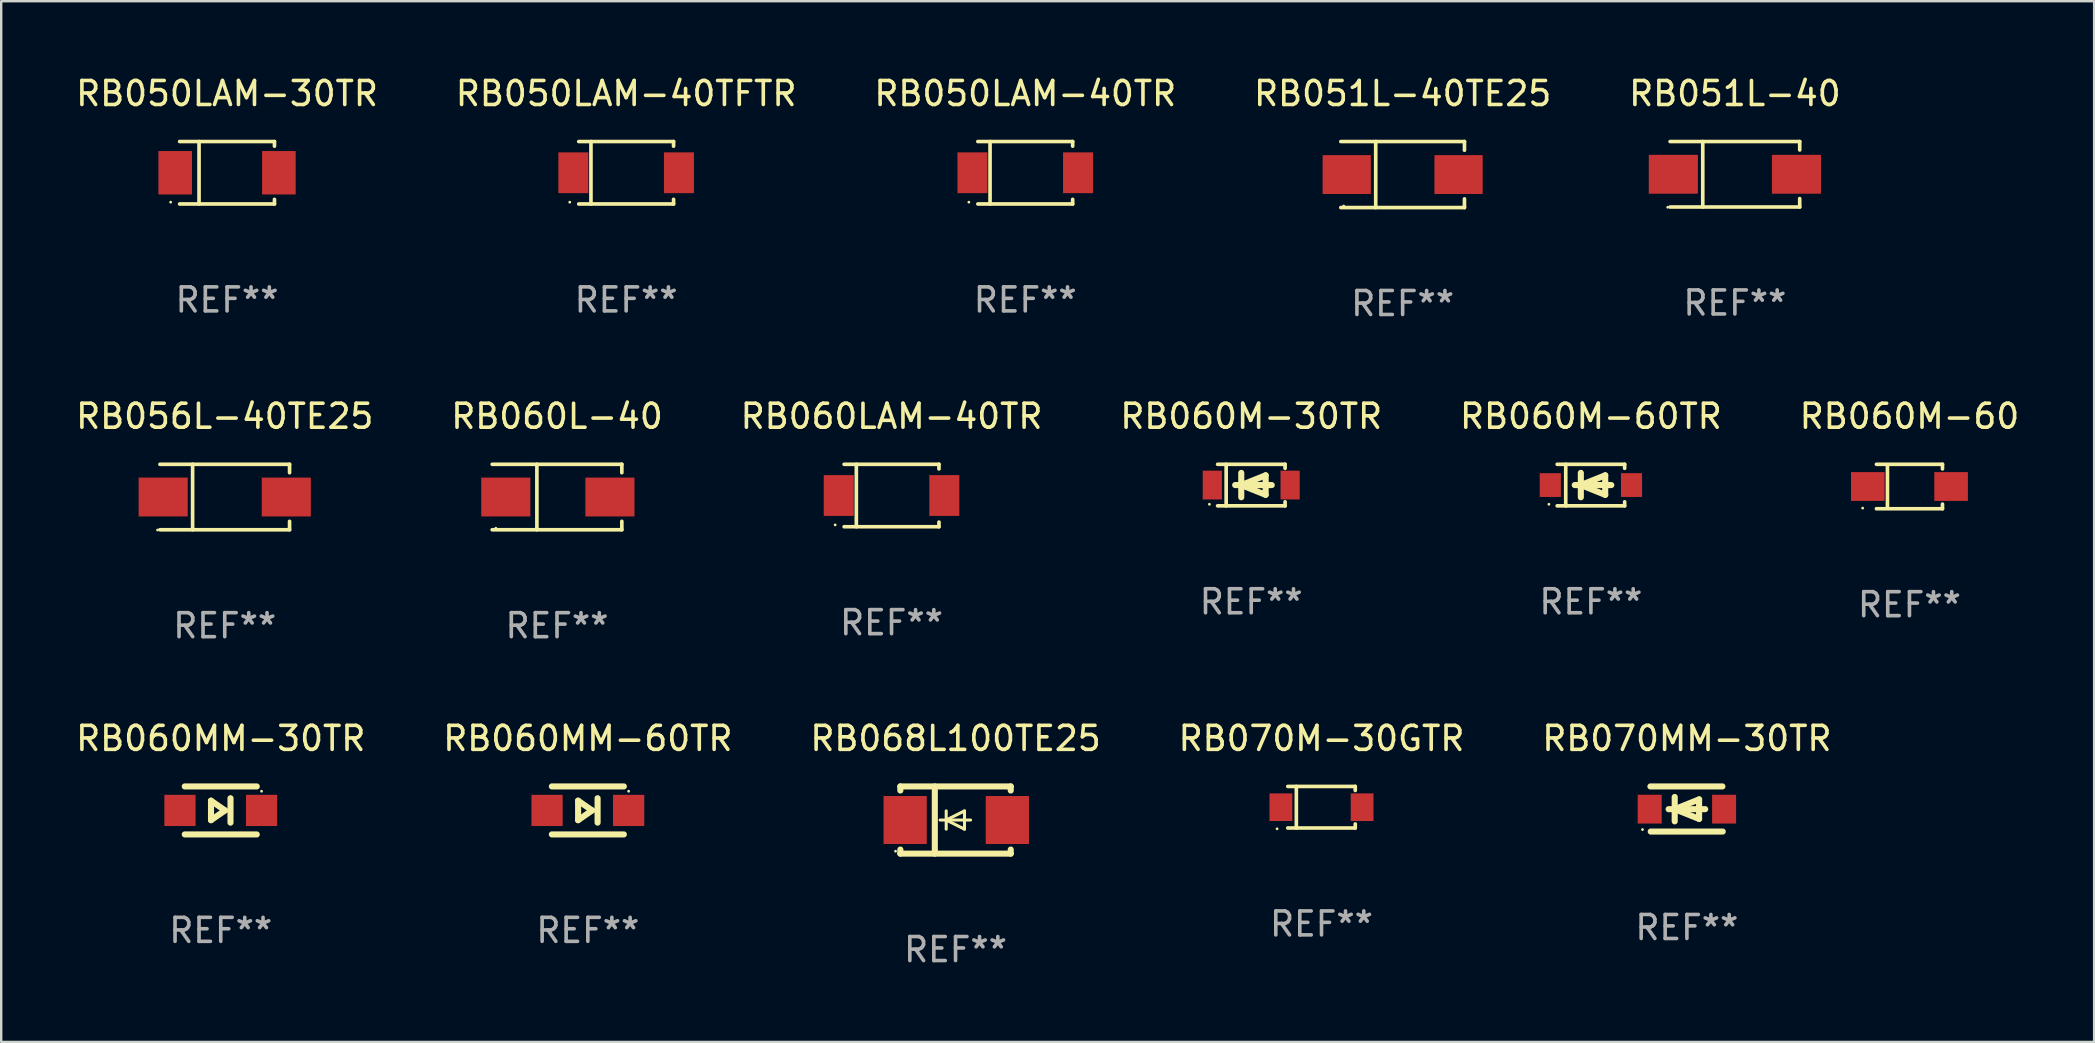
<source format=kicad_pcb>
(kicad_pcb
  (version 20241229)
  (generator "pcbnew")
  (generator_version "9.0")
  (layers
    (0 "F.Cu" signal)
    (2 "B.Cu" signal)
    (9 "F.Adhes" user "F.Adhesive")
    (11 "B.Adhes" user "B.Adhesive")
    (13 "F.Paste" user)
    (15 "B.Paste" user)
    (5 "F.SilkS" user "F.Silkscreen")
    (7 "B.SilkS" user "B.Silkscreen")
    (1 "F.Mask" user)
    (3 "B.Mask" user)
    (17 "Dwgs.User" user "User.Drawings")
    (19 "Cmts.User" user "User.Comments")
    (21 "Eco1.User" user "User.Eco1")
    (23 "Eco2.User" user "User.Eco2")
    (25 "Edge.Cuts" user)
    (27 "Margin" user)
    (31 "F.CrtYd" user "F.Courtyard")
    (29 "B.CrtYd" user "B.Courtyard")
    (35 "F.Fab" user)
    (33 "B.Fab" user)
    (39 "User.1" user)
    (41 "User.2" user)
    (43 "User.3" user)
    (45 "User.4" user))
  (footprint "RB050LAM-30TR"
    (layer "F.Cu")
    (at 6.411 4.149)
    (property "Reference" "RB050LAM-30TR" (at 0 -3.301 0) (layer "F.SilkS") (effects (font (size 1 1) (thickness 0.15))))
    (attr through_hole)
    (fp_line (start -1.976 -1.301) (end 1.976 -1.301) (stroke (width 0.152) (type solid)) (layer "F.SilkS"))
    (fp_line (start -1.976 1.301) (end 1.976 1.301) (stroke (width 0.152) (type solid)) (layer "F.SilkS"))
    (fp_line (start -1.167 -1.301) (end -1.167 1.301) (stroke (width 0.152) (type solid)) (layer "F.SilkS"))
    (fp_line (start 1.976 -1.301) (end 1.976 -1.108) (stroke (width 0.152) (type solid)) (layer "F.SilkS"))
    (fp_line (start 1.976 1.301) (end 1.976 1.108) (stroke (width 0.152) (type solid)) (layer "F.SilkS"))
    (fp_circle (center -2.35 1.225) (end -2.32 1.225) (stroke (width 0.06) (type solid)) (fill no) (layer "F.SilkS"))
    (fp_text user "REF**" (at 0 5.301 0) (layer "F.Fab") (effects (font (size 1 1) (thickness 0.15))))
    (pad "1" smd rect (at -2.16 0.000127 180) (size 1.4 1.81) (layers "F.Cu" "F.Mask" "F.Paste"))
    (pad "2" smd rect (at 2.16 0.000127 180) (size 1.4 1.81) (layers "F.Cu" "F.Mask" "F.Paste")))
  (footprint "RB050LAM-40TFTR"
    (layer "F.Cu")
    (at 23.042 4.149)
    (property "Reference" "RB050LAM-40TFTR" (at 0 -3.301 0) (layer "F.SilkS") (effects (font (size 1 1) (thickness 0.15))))
    (attr through_hole)
    (fp_line (start -1.976 -1.301) (end 1.976 -1.301) (stroke (width 0.152) (type solid)) (layer "F.SilkS"))
    (fp_line (start -1.976 1.301) (end 1.976 1.301) (stroke (width 0.152) (type solid)) (layer "F.SilkS"))
    (fp_line (start -1.467 -1.301) (end -1.467 1.301) (stroke (width 0.152) (type solid)) (layer "F.SilkS"))
    (fp_line (start 1.976 -1.301) (end 1.976 -1.108) (stroke (width 0.152) (type solid)) (layer "F.SilkS"))
    (fp_line (start 1.976 1.301) (end 1.976 1.108) (stroke (width 0.152) (type solid)) (layer "F.SilkS"))
    (fp_circle (center -2.35 1.225) (end -2.32 1.225) (stroke (width 0.06) (type solid)) (fill no) (layer "F.SilkS"))
    (fp_text user "REF**" (at 0 5.301 0) (layer "F.Fab") (effects (font (size 1 1) (thickness 0.15))))
    (pad "1" smd rect (at -2.2 0 180) (size 1.25 1.7) (layers "F.Cu" "F.Mask" "F.Paste"))
    (pad "2" smd rect (at 2.2 0 180) (size 1.25 1.7) (layers "F.Cu" "F.Mask" "F.Paste")))
  (footprint "RB060M-60"
    (layer "F.Cu")
    (at 76.518 17.223)
    (property "Reference" "RB060M-60" (at 0 -2.926 0) (layer "F.SilkS") (effects (font (size 1 1) (thickness 0.15))))
    (attr through_hole)
    (fp_line (start -1.376 -0.926) (end 1.376 -0.926) (stroke (width 0.152) (type solid)) (layer "F.SilkS"))
    (fp_line (start -1.376 0.926) (end 1.376 0.926) (stroke (width 0.152) (type solid)) (layer "F.SilkS"))
    (fp_line (start -0.917 -0.876) (end -0.917 0.876) (stroke (width 0.152) (type solid)) (layer "F.SilkS"))
    (fp_line (start 1.376 -0.926) (end 1.376 -0.733) (stroke (width 0.152) (type solid)) (layer "F.SilkS"))
    (fp_line (start 1.376 0.926) (end 1.376 0.733) (stroke (width 0.152) (type solid)) (layer "F.SilkS"))
    (fp_circle (center -1.95 0.9) (end -1.92 0.9) (stroke (width 0.06) (type solid)) (fill no) (layer "F.SilkS"))
    (fp_text user "REF**" (at 0 4.926 0) (layer "F.Fab") (effects (font (size 1 1) (thickness 0.15))))
    (pad "1" smd rect (at -1.735 0) (size 1.4 1.2) (layers "F.Cu" "F.Mask" "F.Paste"))
    (pad "2" smd rect (at 1.735 0) (size 1.4 1.2) (layers "F.Cu" "F.Mask" "F.Paste")))
  (footprint "RB050LAM-40TR"
    (layer "F.Cu")
    (at 39.673 4.149)
    (property "Reference" "RB050LAM-40TR" (at 0 -3.301 0) (layer "F.SilkS") (effects (font (size 1 1) (thickness 0.15))))
    (attr through_hole)
    (fp_line (start -1.976 -1.301) (end 1.976 -1.301) (stroke (width 0.152) (type solid)) (layer "F.SilkS"))
    (fp_line (start -1.976 1.301) (end 1.976 1.301) (stroke (width 0.152) (type solid)) (layer "F.SilkS"))
    (fp_line (start -1.467 -1.301) (end -1.467 1.301) (stroke (width 0.152) (type solid)) (layer "F.SilkS"))
    (fp_line (start 1.976 -1.301) (end 1.976 -1.108) (stroke (width 0.152) (type solid)) (layer "F.SilkS"))
    (fp_line (start 1.976 1.301) (end 1.976 1.108) (stroke (width 0.152) (type solid)) (layer "F.SilkS"))
    (fp_circle (center -2.35 1.225) (end -2.32 1.225) (stroke (width 0.06) (type solid)) (fill no) (layer "F.SilkS"))
    (fp_text user "REF**" (at 0 5.301 0) (layer "F.Fab") (effects (font (size 1 1) (thickness 0.15))))
    (pad "1" smd rect (at -2.2 0 180) (size 1.25 1.7) (layers "F.Cu" "F.Mask" "F.Paste"))
    (pad "2" smd rect (at 2.2 0 180) (size 1.25 1.7) (layers "F.Cu" "F.Mask" "F.Paste")))
  (footprint "RB068L100TE25"
    (layer "F.Cu")
    (at 36.768 31.121)
    (property "Reference" "RB068L100TE25" (at 0 -3.4 0) (layer "F.SilkS") (effects (font (size 1 1) (thickness 0.15))))
    (attr through_hole)
    (fp_line (start -2.3 -1.4) (end -2.3 -1.231) (stroke (width 0.254) (type solid)) (layer "F.SilkS"))
    (fp_line (start -2.3 -1.4) (end 2.3 -1.4) (stroke (width 0.254) (type solid)) (layer "F.SilkS"))
    (fp_line (start -2.3 1.231) (end -2.3 1.4) (stroke (width 0.254) (type solid)) (layer "F.SilkS"))
    (fp_line (start -2.3 1.4) (end 2.3 1.4) (stroke (width 0.254) (type solid)) (layer "F.SilkS"))
    (fp_line (start -0.864 1.4) (end -0.864 -1.4) (stroke (width 0.254) (type solid)) (layer "F.SilkS"))
    (fp_line (start -0.389 0) (end -0.389 -0.381) (stroke (width 0.127) (type solid)) (layer "F.SilkS"))
    (fp_line (start -0.389 0) (end -0.389 0.381) (stroke (width 0.127) (type solid)) (layer "F.SilkS"))
    (fp_line (start 0.373 -0.381) (end -0.389 0) (stroke (width 0.127) (type solid)) (layer "F.SilkS"))
    (fp_line (start 0.373 0) (end 0.373 -0.381) (stroke (width 0.127) (type solid)) (layer "F.SilkS"))
    (fp_line (start 0.373 0) (end 0.373 0.381) (stroke (width 0.127) (type solid)) (layer "F.SilkS"))
    (fp_line (start 0.373 0.381) (end -0.389 0) (stroke (width 0.127) (type solid)) (layer "F.SilkS"))
    (fp_line (start 0.627 0) (end -0.643 0) (stroke (width 0.127) (type solid)) (layer "F.SilkS"))
    (fp_line (start 2.3 -1.4) (end 2.3 -1.231) (stroke (width 0.254) (type solid)) (layer "F.SilkS"))
    (fp_line (start 2.3 1.231) (end 2.3 1.4) (stroke (width 0.254) (type solid)) (layer "F.SilkS"))
    (fp_circle (center -2.5 1.3) (end -2.47 1.3) (stroke (width 0.06) (type solid)) (fill no) (layer "F.SilkS"))
    (fp_text user "REF**" (at 0 5.4 0) (layer "F.Fab") (effects (font (size 1 1) (thickness 0.15))))
    (pad "1" smd rect (at -2.1 0 180) (size 1.8 2) (layers "F.Cu" "F.Mask" "F.Paste"))
    (pad "2" smd rect (at 2.159 0 180) (size 1.8 2) (layers "F.Cu" "F.Mask" "F.Paste")))
  (footprint "RB070MM-30TR"
    (layer "F.Cu")
    (at 67.244 30.661)
    (property "Reference" "RB070MM-30TR" (at 0 -2.94 0) (layer "F.SilkS") (effects (font (size 1 1) (thickness 0.15))))
    (attr through_hole)
    (fp_line (start -1.52 -0.94) (end 1.48 -0.94) (stroke (width 0.254) (type solid)) (layer "F.SilkS"))
    (fp_line (start -1.507 0.94) (end 1.493 0.94) (stroke (width 0.254) (type solid)) (layer "F.SilkS"))
    (fp_line (start -0.762 0.007) (end 0.762 0.007) (stroke (width 0.254) (type solid)) (layer "F.SilkS"))
    (fp_line (start -0.508 -0.501) (end -0.508 0.515) (stroke (width 0.254) (type solid)) (layer "F.SilkS"))
    (fp_line (start -0.508 0.007) (end 0.508 -0.4) (stroke (width 0.254) (type solid)) (layer "F.SilkS"))
    (fp_line (start 0.508 -0.4) (end 0.508 0.413) (stroke (width 0.254) (type solid)) (layer "F.SilkS"))
    (fp_line (start 0.508 0.413) (end -0.508 0.007) (stroke (width 0.254) (type solid)) (layer "F.SilkS"))
    (fp_circle (center -1.85 0.857) (end -1.82 0.857) (stroke (width 0.06) (type solid)) (fill no) (layer "F.SilkS"))
    (fp_text user "REF**" (at 0 4.94 0) (layer "F.Fab") (effects (font (size 1 1) (thickness 0.15))))
    (pad "1" smd rect (at -1.55 0.007) (size 1 1.2) (layers "F.Cu" "F.Mask" "F.Paste"))
    (pad "2" smd rect (at 1.55 0.007) (size 1 1.2) (layers "F.Cu" "F.Mask" "F.Paste")))
  (footprint "RB060L-40"
    (layer "F.Cu")
    (at 20.161 17.661)
    (property "Reference" "RB060L-40" (at 0 -3.364 0) (layer "F.SilkS") (effects (font (size 1 1) (thickness 0.15))))
    (attr through_hole)
    (fp_line (start -2.701 -1.364) (end 2.701 -1.364) (stroke (width 0.152) (type solid)) (layer "F.SilkS"))
    (fp_line (start -2.701 1.364) (end 2.701 1.364) (stroke (width 0.152) (type solid)) (layer "F.SilkS"))
    (fp_line (start -0.839 -1.364) (end -0.839 1.364) (stroke (width 0.152) (type solid)) (layer "F.SilkS"))
    (fp_line (start 2.701 -1.364) (end 2.701 -1.013) (stroke (width 0.152) (type solid)) (layer "F.SilkS"))
    (fp_line (start 2.701 1.364) (end 2.701 1.013) (stroke (width 0.152) (type solid)) (layer "F.SilkS"))
    (fp_circle (center -2.548 1.3) (end -2.518 1.3) (stroke (width 0.06) (type solid)) (fill no) (layer "F.SilkS"))
    (fp_text user "REF**" (at 0 5.364 0) (layer "F.Fab") (effects (font (size 1 1) (thickness 0.15))))
    (pad "1" smd rect (at -2.134 0.000025) (size 2.046 1.62) (layers "F.Cu" "F.Mask" "F.Paste"))
    (pad "2" smd rect (at 2.205 0.000025) (size 2.046 1.62) (layers "F.Cu" "F.Mask" "F.Paste")))
  (footprint "RB070M-30GTR"
    (layer "F.Cu")
    (at 52.018 30.587)
    (property "Reference" "RB070M-30GTR" (at 0 -2.866 0) (layer "F.SilkS") (effects (font (size 1 1) (thickness 0.15))))
    (attr through_hole)
    (fp_line (start -1.406 -0.866) (end 1.406 -0.866) (stroke (width 0.152) (type solid)) (layer "F.SilkS"))
    (fp_line (start -1.406 0.866) (end 1.406 0.866) (stroke (width 0.152) (type solid)) (layer "F.SilkS"))
    (fp_line (start -1.049 -0.866) (end -1.049 0.866) (stroke (width 0.152) (type solid)) (layer "F.SilkS"))
    (fp_line (start 1.406 -0.866) (end 1.406 -0.698) (stroke (width 0.152) (type solid)) (layer "F.SilkS"))
    (fp_line (start 1.406 0.866) (end 1.406 0.698) (stroke (width 0.152) (type solid)) (layer "F.SilkS"))
    (fp_circle (center -1.851 0.9) (end -1.821 0.9) (stroke (width 0.06) (type solid)) (fill no) (layer "F.SilkS"))
    (fp_text user "REF**" (at 0 4.866 0) (layer "F.Fab") (effects (font (size 1 1) (thickness 0.15))))
    (pad "1" smd rect (at -1.692 0) (size 0.95 1.15) (layers "F.Cu" "F.Mask" "F.Paste"))
    (pad "2" smd rect (at 1.692 0) (size 0.95 1.15) (layers "F.Cu" "F.Mask" "F.Paste")))
  (footprint "RB051L-40"
    (layer "F.Cu")
    (at 69.244 4.212)
    (property "Reference" "RB051L-40" (at 0 -3.364 0) (layer "F.SilkS") (effects (font (size 1 1) (thickness 0.15))))
    (attr through_hole)
    (fp_line (start -2.701 -1.364) (end 2.701 -1.364) (stroke (width 0.152) (type solid)) (layer "F.SilkS"))
    (fp_line (start -2.701 1.364) (end 2.701 1.364) (stroke (width 0.152) (type solid)) (layer "F.SilkS"))
    (fp_line (start -1.339 -1.364) (end -1.339 1.364) (stroke (width 0.152) (type solid)) (layer "F.SilkS"))
    (fp_line (start 2.701 -1.364) (end 2.701 -1.013) (stroke (width 0.152) (type solid)) (layer "F.SilkS"))
    (fp_line (start 2.701 1.364) (end 2.701 1.013) (stroke (width 0.152) (type solid)) (layer "F.SilkS"))
    (fp_circle (center -2.8 1.375) (end -2.77 1.375) (stroke (width 0.06) (type solid)) (fill no) (layer "F.SilkS"))
    (fp_text user "REF**" (at 0 5.364 0) (layer "F.Fab") (effects (font (size 1 1) (thickness 0.15))))
    (pad "1" smd rect (at -2.565 -0.000025) (size 2.046 1.62) (layers "F.Cu" "F.Mask" "F.Paste"))
    (pad "2" smd rect (at 2.565 -0.000025) (size 2.046 1.62) (layers "F.Cu" "F.Mask" "F.Paste")))
  (footprint "RB060MM-30TR"
    (layer "F.Cu")
    (at 6.149 30.721)
    (property "Reference" "RB060MM-30TR" (at 0 -3 0) (layer "F.SilkS") (effects (font (size 1 1) (thickness 0.15))))
    (attr through_hole)
    (fp_line (start -1.5 -1) (end 1.5 -1) (stroke (width 0.254) (type solid)) (layer "F.SilkS"))
    (fp_line (start -0.406 -0.406) (end 0.178 0) (stroke (width 0.254) (type solid)) (layer "F.SilkS"))
    (fp_line (start -0.406 0.406) (end -0.406 -0.406) (stroke (width 0.254) (type solid)) (layer "F.SilkS"))
    (fp_line (start 0.178 0) (end -0.406 0.406) (stroke (width 0.254) (type solid)) (layer "F.SilkS"))
    (fp_line (start 0.406 0.508) (end 0.406 -0.508) (stroke (width 0.254) (type solid)) (layer "F.SilkS"))
    (fp_line (start 1.5 1) (end -1.5 1) (stroke (width 0.254) (type solid)) (layer "F.SilkS"))
    (fp_circle (center 1.7 -0.8) (end 1.73 -0.8) (stroke (width 0.06) (type solid)) (fill no) (layer "F.SilkS"))
    (fp_text user "REF**" (at 0 5 0) (layer "F.Fab") (effects (font (size 1 1) (thickness 0.15))))
    (pad "1" smd rect (at 1.7 0 180) (size 1.3 1.3) (layers "F.Cu" "F.Mask" "F.Paste"))
    (pad "2" smd rect (at -1.7 0 180) (size 1.3 1.3) (layers "F.Cu" "F.Mask" "F.Paste")))
  (footprint "RB056L-40TE25"
    (layer "F.Cu")
    (at 6.315 17.661)
    (property "Reference" "RB056L-40TE25" (at 0 -3.364 0) (layer "F.SilkS") (effects (font (size 1 1) (thickness 0.15))))
    (attr through_hole)
    (fp_line (start -2.701 -1.364) (end 2.701 -1.364) (stroke (width 0.152) (type solid)) (layer "F.SilkS"))
    (fp_line (start -2.701 1.364) (end 2.701 1.364) (stroke (width 0.152) (type solid)) (layer "F.SilkS"))
    (fp_line (start -1.339 -1.364) (end -1.339 1.364) (stroke (width 0.152) (type solid)) (layer "F.SilkS"))
    (fp_line (start 2.701 -1.364) (end 2.701 -1.013) (stroke (width 0.152) (type solid)) (layer "F.SilkS"))
    (fp_line (start 2.701 1.364) (end 2.701 1.013) (stroke (width 0.152) (type solid)) (layer "F.SilkS"))
    (fp_circle (center -2.8 1.375) (end -2.77 1.375) (stroke (width 0.06) (type solid)) (fill no) (layer "F.SilkS"))
    (fp_text user "REF**" (at 0 5.364 0) (layer "F.Fab") (effects (font (size 1 1) (thickness 0.15))))
    (pad "1" smd rect (at -2.565 -0.000025) (size 2.046 1.62) (layers "F.Cu" "F.Mask" "F.Paste"))
    (pad "2" smd rect (at 2.565 -0.000025) (size 2.046 1.62) (layers "F.Cu" "F.Mask" "F.Paste")))
  (footprint "RB051L-40TE25"
    (layer "F.Cu")
    (at 55.399 4.224)
    (property "Reference" "RB051L-40TE25" (at 0 -3.376 0) (layer "F.SilkS") (effects (font (size 1 1) (thickness 0.15))))
    (attr through_hole)
    (fp_line (start -2.576 -1.376) (end 2.576 -1.376) (stroke (width 0.152) (type solid)) (layer "F.SilkS"))
    (fp_line (start -2.576 1.376) (end 2.576 1.376) (stroke (width 0.152) (type solid)) (layer "F.SilkS"))
    (fp_line (start -1.122 -1.376) (end -1.122 1.376) (stroke (width 0.152) (type solid)) (layer "F.SilkS"))
    (fp_line (start 2.576 -1.376) (end 2.576 -1.013) (stroke (width 0.152) (type solid)) (layer "F.SilkS"))
    (fp_line (start 2.576 1.376) (end 2.576 1.013) (stroke (width 0.152) (type solid)) (layer "F.SilkS"))
    (fp_circle (center -2.456 1.31) (end -2.426 1.31) (stroke (width 0.06) (type solid)) (fill no) (layer "F.SilkS"))
    (fp_text user "REF**" (at 0 5.376 0) (layer "F.Fab") (effects (font (size 1 1) (thickness 0.15))))
    (pad "1" smd rect (at -2.33 0 180) (size 2.01 1.62) (layers "F.Cu" "F.Mask" "F.Paste"))
    (pad "2" smd rect (at 2.33 0 180) (size 2.01 1.62) (layers "F.Cu" "F.Mask" "F.Paste")))
  (footprint "RB060MM-60TR"
    (layer "F.Cu")
    (at 21.446 30.721)
    (property "Reference" "RB060MM-60TR" (at 0 -3 0) (layer "F.SilkS") (effects (font (size 1 1) (thickness 0.15))))
    (attr through_hole)
    (fp_line (start -1.5 -1) (end 1.5 -1) (stroke (width 0.254) (type solid)) (layer "F.SilkS"))
    (fp_line (start -0.406 -0.406) (end 0.178 0) (stroke (width 0.254) (type solid)) (layer "F.SilkS"))
    (fp_line (start -0.406 0.406) (end -0.406 -0.406) (stroke (width 0.254) (type solid)) (layer "F.SilkS"))
    (fp_line (start 0.178 0) (end -0.406 0.406) (stroke (width 0.254) (type solid)) (layer "F.SilkS"))
    (fp_line (start 0.406 0.508) (end 0.406 -0.508) (stroke (width 0.254) (type solid)) (layer "F.SilkS"))
    (fp_line (start 1.5 1) (end -1.5 1) (stroke (width 0.254) (type solid)) (layer "F.SilkS"))
    (fp_circle (center 1.7 -0.8) (end 1.73 -0.8) (stroke (width 0.06) (type solid)) (fill no) (layer "F.SilkS"))
    (fp_text user "REF**" (at 0 5 0) (layer "F.Fab") (effects (font (size 1 1) (thickness 0.15))))
    (pad "1" smd rect (at 1.7 -0.000051 180) (size 1.3 1.3) (layers "F.Cu" "F.Mask" "F.Paste"))
    (pad "2" smd rect (at -1.7 -0.000051 180) (size 1.3 1.3) (layers "F.Cu" "F.Mask" "F.Paste")))
  (footprint "RB060M-60TR"
    (layer "F.Cu")
    (at 63.244 17.163)
    (property "Reference" "RB060M-60TR" (at 0 -2.866 0) (layer "F.SilkS") (effects (font (size 1 1) (thickness 0.15))))
    (attr through_hole)
    (fp_line (start -1.406 -0.866) (end 1.406 -0.866) (stroke (width 0.152) (type solid)) (layer "F.SilkS"))
    (fp_line (start -1.406 0.866) (end 1.406 0.866) (stroke (width 0.152) (type solid)) (layer "F.SilkS"))
    (fp_line (start -1.049 -0.866) (end -1.049 0.866) (stroke (width 0.152) (type solid)) (layer "F.SilkS"))
    (fp_line (start -0.674 0) (end 0.85 0) (stroke (width 0.254) (type solid)) (layer "F.SilkS"))
    (fp_line (start -0.42 -0.508) (end -0.42 0.508) (stroke (width 0.254) (type solid)) (layer "F.SilkS"))
    (fp_line (start -0.42 0) (end 0.596 -0.406) (stroke (width 0.254) (type solid)) (layer "F.SilkS"))
    (fp_line (start 0.596 -0.406) (end 0.596 0.406) (stroke (width 0.254) (type solid)) (layer "F.SilkS"))
    (fp_line (start 0.596 0.406) (end -0.42 0) (stroke (width 0.254) (type solid)) (layer "F.SilkS"))
    (fp_line (start 1.406 -0.866) (end 1.406 -0.698) (stroke (width 0.152) (type solid)) (layer "F.SilkS"))
    (fp_line (start 1.406 0.866) (end 1.406 0.698) (stroke (width 0.152) (type solid)) (layer "F.SilkS"))
    (fp_circle (center -1.75 0.8) (end -1.72 0.8) (stroke (width 0.06) (type solid)) (fill no) (layer "F.SilkS"))
    (fp_text user "REF**" (at 0 4.866 0) (layer "F.Fab") (effects (font (size 1 1) (thickness 0.15))))
    (pad "1" smd rect (at -1.692 0) (size 0.88 0.99) (layers "F.Cu" "F.Mask" "F.Paste"))
    (pad "2" smd rect (at 1.692 0) (size 0.88 0.99) (layers "F.Cu" "F.Mask" "F.Paste")))
  (footprint "RB060M-30TR"
    (layer "F.Cu")
    (at 49.089 17.163)
    (property "Reference" "RB060M-30TR" (at 0 -2.866 0) (layer "F.SilkS") (effects (font (size 1 1) (thickness 0.15))))
    (attr through_hole)
    (fp_line (start -1.401 -0.866) (end 1.411 -0.866) (stroke (width 0.152) (type solid)) (layer "F.SilkS"))
    (fp_line (start -1.401 0.866) (end 1.411 0.866) (stroke (width 0.152) (type solid)) (layer "F.SilkS"))
    (fp_line (start -1.044 -0.866) (end -1.044 0.866) (stroke (width 0.152) (type solid)) (layer "F.SilkS"))
    (fp_line (start -0.669 0) (end 0.855 0) (stroke (width 0.254) (type solid)) (layer "F.SilkS"))
    (fp_line (start -0.415 -0.508) (end -0.415 0.508) (stroke (width 0.254) (type solid)) (layer "F.SilkS"))
    (fp_line (start -0.415 0) (end 0.601 -0.406) (stroke (width 0.254) (type solid)) (layer "F.SilkS"))
    (fp_line (start 0.601 -0.406) (end 0.601 0.406) (stroke (width 0.254) (type solid)) (layer "F.SilkS"))
    (fp_line (start 0.601 0.406) (end -0.415 0) (stroke (width 0.254) (type solid)) (layer "F.SilkS"))
    (fp_line (start 1.411 -0.866) (end 1.411 -0.698) (stroke (width 0.152) (type solid)) (layer "F.SilkS"))
    (fp_line (start 1.411 0.866) (end 1.411 0.698) (stroke (width 0.152) (type solid)) (layer "F.SilkS"))
    (fp_circle (center -1.743 0.8) (end -1.713 0.8) (stroke (width 0.06) (type solid)) (fill no) (layer "F.SilkS"))
    (fp_text user "REF**" (at 0 4.866 0) (layer "F.Fab") (effects (font (size 1 1) (thickness 0.15))))
    (pad "1" smd rect (at -1.621 0.000127) (size 0.8 1.2) (layers "F.Cu" "F.Mask" "F.Paste"))
    (pad "2" smd rect (at 1.621 0.000127) (size 0.8 1.2) (layers "F.Cu" "F.Mask" "F.Paste")))
  (footprint "RB060LAM-40TR"
    (layer "F.Cu")
    (at 34.101 17.598)
    (property "Reference" "RB060LAM-40TR" (at 0 -3.301 0) (layer "F.SilkS") (effects (font (size 1 1) (thickness 0.15))))
    (attr through_hole)
    (fp_line (start -1.976 -1.301) (end 1.976 -1.301) (stroke (width 0.152) (type solid)) (layer "F.SilkS"))
    (fp_line (start -1.976 1.301) (end 1.976 1.301) (stroke (width 0.152) (type solid)) (layer "F.SilkS"))
    (fp_line (start -1.467 -1.301) (end -1.467 1.301) (stroke (width 0.152) (type solid)) (layer "F.SilkS"))
    (fp_line (start 1.976 -1.301) (end 1.976 -1.108) (stroke (width 0.152) (type solid)) (layer "F.SilkS"))
    (fp_line (start 1.976 1.301) (end 1.976 1.108) (stroke (width 0.152) (type solid)) (layer "F.SilkS"))
    (fp_circle (center -2.35 1.225) (end -2.32 1.225) (stroke (width 0.06) (type solid)) (fill no) (layer "F.SilkS"))
    (fp_text user "REF**" (at 0 5.301 0) (layer "F.Fab") (effects (font (size 1 1) (thickness 0.15))))
    (pad "1" smd rect (at -2.2 0 180) (size 1.25 1.7) (layers "F.Cu" "F.Mask" "F.Paste"))
    (pad "2" smd rect (at 2.2 0 180) (size 1.25 1.7) (layers "F.Cu" "F.Mask" "F.Paste")))
  (gr_rect
    (start -3 -3)
    (end 84.214 40.369)
    (stroke (width 0.1) (type default))
    (fill no)
    (layer "Edge.Cuts")))
</source>
